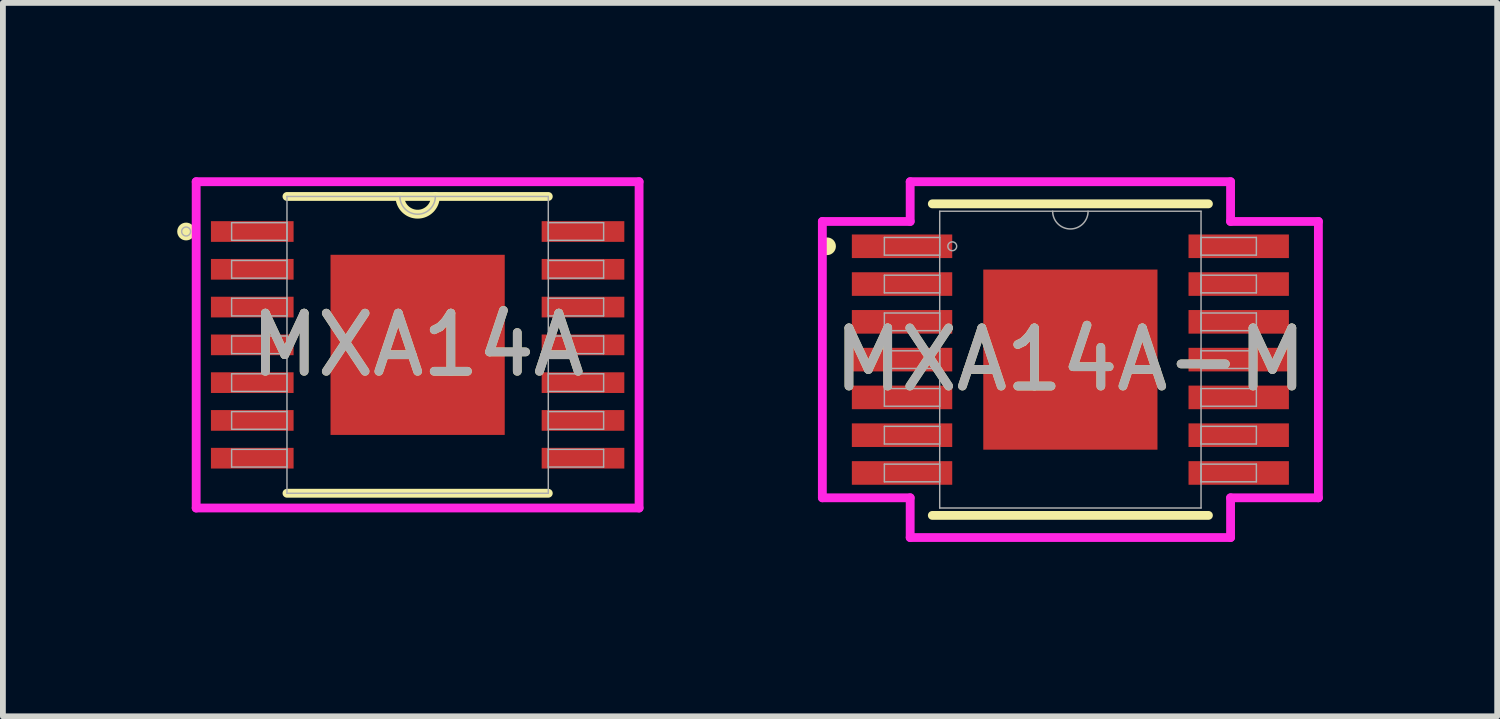
<source format=kicad_pcb>
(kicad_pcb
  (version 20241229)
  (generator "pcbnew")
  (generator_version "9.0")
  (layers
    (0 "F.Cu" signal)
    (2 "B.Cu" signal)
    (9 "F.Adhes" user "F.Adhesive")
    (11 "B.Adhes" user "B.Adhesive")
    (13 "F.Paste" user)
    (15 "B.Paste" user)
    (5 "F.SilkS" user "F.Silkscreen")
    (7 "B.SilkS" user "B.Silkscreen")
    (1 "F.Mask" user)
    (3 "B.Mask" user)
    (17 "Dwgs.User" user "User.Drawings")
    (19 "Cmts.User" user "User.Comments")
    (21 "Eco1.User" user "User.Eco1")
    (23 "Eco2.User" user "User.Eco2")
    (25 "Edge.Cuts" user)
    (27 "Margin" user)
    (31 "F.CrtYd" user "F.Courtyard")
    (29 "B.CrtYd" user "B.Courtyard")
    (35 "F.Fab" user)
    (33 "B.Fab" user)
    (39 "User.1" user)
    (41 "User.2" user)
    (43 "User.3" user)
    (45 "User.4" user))
  (footprint "MXA14A"
    (layer "F.Cu")
    (at 4.135 2.883)
    (property "Reference" "MXA14A" (at 0 0 0) (unlocked yes) (layer "F.SilkS") (effects (font (size 1 1) (thickness 0.15))))
    (attr smd)
    (fp_line (start -2.248 2.553) (end 2.248 2.553) (stroke (width 0.152) (type solid)) (layer "F.SilkS"))
    (fp_line (start 2.248 -2.553) (end -2.248 -2.553) (stroke (width 0.152) (type solid)) (layer "F.SilkS"))
    (fp_arc (start 0.3048 -2.5527) (mid 0 -2.2479) (end -0.3048 -2.5527) (stroke (width 0.1524) (type solid)) (layer "F.SilkS"))
    (fp_circle (center -3.983 -1.95) (end -3.906 -1.95) (stroke (width 0.152) (type solid)) (fill no) (layer "F.SilkS"))
    (fp_line (start -3.81 -2.807) (end 3.81 -2.807) (stroke (width 0.152) (type solid)) (layer "F.CrtYd"))
    (fp_line (start -3.81 2.807) (end -3.81 -2.807) (stroke (width 0.152) (type solid)) (layer "F.CrtYd"))
    (fp_line (start 3.81 -2.807) (end 3.81 2.807) (stroke (width 0.152) (type solid)) (layer "F.CrtYd"))
    (fp_line (start 3.81 2.807) (end -3.81 2.807) (stroke (width 0.152) (type solid)) (layer "F.CrtYd"))
    (fp_line (start -3.2 -2.102) (end -3.2 -1.798) (stroke (width 0.025) (type solid)) (layer "F.Fab"))
    (fp_line (start -3.2 -1.798) (end -2.248 -1.798) (stroke (width 0.025) (type solid)) (layer "F.Fab"))
    (fp_line (start -3.2 -1.452) (end -3.2 -1.148) (stroke (width 0.025) (type solid)) (layer "F.Fab"))
    (fp_line (start -3.2 -1.148) (end -2.248 -1.148) (stroke (width 0.025) (type solid)) (layer "F.Fab"))
    (fp_line (start -3.2 -0.802) (end -3.2 -0.498) (stroke (width 0.025) (type solid)) (layer "F.Fab"))
    (fp_line (start -3.2 -0.498) (end -2.248 -0.498) (stroke (width 0.025) (type solid)) (layer "F.Fab"))
    (fp_line (start -3.2 -0.152) (end -3.2 0.152) (stroke (width 0.025) (type solid)) (layer "F.Fab"))
    (fp_line (start -3.2 0.152) (end -2.248 0.152) (stroke (width 0.025) (type solid)) (layer "F.Fab"))
    (fp_line (start -3.2 0.498) (end -3.2 0.802) (stroke (width 0.025) (type solid)) (layer "F.Fab"))
    (fp_line (start -3.2 0.802) (end -2.248 0.802) (stroke (width 0.025) (type solid)) (layer "F.Fab"))
    (fp_line (start -3.2 1.148) (end -3.2 1.452) (stroke (width 0.025) (type solid)) (layer "F.Fab"))
    (fp_line (start -3.2 1.452) (end -2.248 1.452) (stroke (width 0.025) (type solid)) (layer "F.Fab"))
    (fp_line (start -3.2 1.798) (end -3.2 2.102) (stroke (width 0.025) (type solid)) (layer "F.Fab"))
    (fp_line (start -3.2 2.102) (end -2.248 2.102) (stroke (width 0.025) (type solid)) (layer "F.Fab"))
    (fp_line (start -2.248 -2.553) (end -2.248 2.553) (stroke (width 0.025) (type solid)) (layer "F.Fab"))
    (fp_line (start -2.248 -2.102) (end -3.2 -2.102) (stroke (width 0.025) (type solid)) (layer "F.Fab"))
    (fp_line (start -2.248 -1.798) (end -2.248 -2.102) (stroke (width 0.025) (type solid)) (layer "F.Fab"))
    (fp_line (start -2.248 -1.452) (end -3.2 -1.452) (stroke (width 0.025) (type solid)) (layer "F.Fab"))
    (fp_line (start -2.248 -1.148) (end -2.248 -1.452) (stroke (width 0.025) (type solid)) (layer "F.Fab"))
    (fp_line (start -2.248 -0.802) (end -3.2 -0.802) (stroke (width 0.025) (type solid)) (layer "F.Fab"))
    (fp_line (start -2.248 -0.498) (end -2.248 -0.802) (stroke (width 0.025) (type solid)) (layer "F.Fab"))
    (fp_line (start -2.248 -0.152) (end -3.2 -0.152) (stroke (width 0.025) (type solid)) (layer "F.Fab"))
    (fp_line (start -2.248 0.152) (end -2.248 -0.152) (stroke (width 0.025) (type solid)) (layer "F.Fab"))
    (fp_line (start -2.248 0.498) (end -3.2 0.498) (stroke (width 0.025) (type solid)) (layer "F.Fab"))
    (fp_line (start -2.248 0.802) (end -2.248 0.498) (stroke (width 0.025) (type solid)) (layer "F.Fab"))
    (fp_line (start -2.248 1.148) (end -3.2 1.148) (stroke (width 0.025) (type solid)) (layer "F.Fab"))
    (fp_line (start -2.248 1.452) (end -2.248 1.148) (stroke (width 0.025) (type solid)) (layer "F.Fab"))
    (fp_line (start -2.248 1.798) (end -3.2 1.798) (stroke (width 0.025) (type solid)) (layer "F.Fab"))
    (fp_line (start -2.248 2.102) (end -2.248 1.798) (stroke (width 0.025) (type solid)) (layer "F.Fab"))
    (fp_line (start -2.248 2.553) (end 2.248 2.553) (stroke (width 0.025) (type solid)) (layer "F.Fab"))
    (fp_line (start 2.248 -2.553) (end -2.248 -2.553) (stroke (width 0.025) (type solid)) (layer "F.Fab"))
    (fp_line (start 2.248 -2.102) (end 2.248 -1.798) (stroke (width 0.025) (type solid)) (layer "F.Fab"))
    (fp_line (start 2.248 -1.798) (end 3.2 -1.798) (stroke (width 0.025) (type solid)) (layer "F.Fab"))
    (fp_line (start 2.248 -1.452) (end 2.248 -1.148) (stroke (width 0.025) (type solid)) (layer "F.Fab"))
    (fp_line (start 2.248 -1.148) (end 3.2 -1.148) (stroke (width 0.025) (type solid)) (layer "F.Fab"))
    (fp_line (start 2.248 -0.802) (end 2.248 -0.498) (stroke (width 0.025) (type solid)) (layer "F.Fab"))
    (fp_line (start 2.248 -0.498) (end 3.2 -0.498) (stroke (width 0.025) (type solid)) (layer "F.Fab"))
    (fp_line (start 2.248 -0.152) (end 2.248 0.152) (stroke (width 0.025) (type solid)) (layer "F.Fab"))
    (fp_line (start 2.248 0.152) (end 3.2 0.152) (stroke (width 0.025) (type solid)) (layer "F.Fab"))
    (fp_line (start 2.248 0.498) (end 2.248 0.802) (stroke (width 0.025) (type solid)) (layer "F.Fab"))
    (fp_line (start 2.248 0.802) (end 3.2 0.802) (stroke (width 0.025) (type solid)) (layer "F.Fab"))
    (fp_line (start 2.248 1.148) (end 2.248 1.452) (stroke (width 0.025) (type solid)) (layer "F.Fab"))
    (fp_line (start 2.248 1.452) (end 3.2 1.452) (stroke (width 0.025) (type solid)) (layer "F.Fab"))
    (fp_line (start 2.248 1.798) (end 2.248 2.102) (stroke (width 0.025) (type solid)) (layer "F.Fab"))
    (fp_line (start 2.248 2.102) (end 3.2 2.102) (stroke (width 0.025) (type solid)) (layer "F.Fab"))
    (fp_line (start 2.248 2.553) (end 2.248 -2.553) (stroke (width 0.025) (type solid)) (layer "F.Fab"))
    (fp_line (start 3.2 -2.102) (end 2.248 -2.102) (stroke (width 0.025) (type solid)) (layer "F.Fab"))
    (fp_line (start 3.2 -1.798) (end 3.2 -2.102) (stroke (width 0.025) (type solid)) (layer "F.Fab"))
    (fp_line (start 3.2 -1.452) (end 2.248 -1.452) (stroke (width 0.025) (type solid)) (layer "F.Fab"))
    (fp_line (start 3.2 -1.148) (end 3.2 -1.452) (stroke (width 0.025) (type solid)) (layer "F.Fab"))
    (fp_line (start 3.2 -0.802) (end 2.248 -0.802) (stroke (width 0.025) (type solid)) (layer "F.Fab"))
    (fp_line (start 3.2 -0.498) (end 3.2 -0.802) (stroke (width 0.025) (type solid)) (layer "F.Fab"))
    (fp_line (start 3.2 -0.152) (end 2.248 -0.152) (stroke (width 0.025) (type solid)) (layer "F.Fab"))
    (fp_line (start 3.2 0.152) (end 3.2 -0.152) (stroke (width 0.025) (type solid)) (layer "F.Fab"))
    (fp_line (start 3.2 0.498) (end 2.248 0.498) (stroke (width 0.025) (type solid)) (layer "F.Fab"))
    (fp_line (start 3.2 0.802) (end 3.2 0.498) (stroke (width 0.025) (type solid)) (layer "F.Fab"))
    (fp_line (start 3.2 1.148) (end 2.248 1.148) (stroke (width 0.025) (type solid)) (layer "F.Fab"))
    (fp_line (start 3.2 1.452) (end 3.2 1.148) (stroke (width 0.025) (type solid)) (layer "F.Fab"))
    (fp_line (start 3.2 1.798) (end 2.248 1.798) (stroke (width 0.025) (type solid)) (layer "F.Fab"))
    (fp_line (start 3.2 2.102) (end 3.2 1.798) (stroke (width 0.025) (type solid)) (layer "F.Fab"))
    (fp_arc (start 0.3048 -2.5527) (mid 0 -2.2479) (end -0.3048 -2.5527) (stroke (width 0.0254) (type solid)) (layer "F.Fab"))
    (fp_circle (center -3.983 -1.95) (end -3.906 -1.95) (stroke (width 0.025) (type solid)) (fill no) (layer "F.Fab"))
    (fp_text user "${REFERENCE}" (at 0 0 0) (unlocked yes) (layer "F.Fab") (effects (font (size 1 1) (thickness 0.15))))
    (pad "1" smd rect (at -2.845 -1.95) (size 1.422 0.356) (layers "F.Cu" "F.Mask" "F.Paste"))
    (pad "2" smd rect (at -2.845 -1.3) (size 1.422 0.356) (layers "F.Cu" "F.Mask" "F.Paste"))
    (pad "3" smd rect (at -2.845 -0.65) (size 1.422 0.356) (layers "F.Cu" "F.Mask" "F.Paste"))
    (pad "4" smd rect (at -2.845 0) (size 1.422 0.356) (layers "F.Cu" "F.Mask" "F.Paste"))
    (pad "5" smd rect (at -2.845 0.65) (size 1.422 0.356) (layers "F.Cu" "F.Mask" "F.Paste"))
    (pad "6" smd rect (at -2.845 1.3) (size 1.422 0.356) (layers "F.Cu" "F.Mask" "F.Paste"))
    (pad "7" smd rect (at -2.845 1.95) (size 1.422 0.356) (layers "F.Cu" "F.Mask" "F.Paste"))
    (pad "8" smd rect (at 2.845 1.95) (size 1.422 0.356) (layers "F.Cu" "F.Mask" "F.Paste"))
    (pad "9" smd rect (at 2.845 1.3) (size 1.422 0.356) (layers "F.Cu" "F.Mask" "F.Paste"))
    (pad "10" smd rect (at 2.845 0.65) (size 1.422 0.356) (layers "F.Cu" "F.Mask" "F.Paste"))
    (pad "11" smd rect (at 2.845 0) (size 1.422 0.356) (layers "F.Cu" "F.Mask" "F.Paste"))
    (pad "12" smd rect (at 2.845 -0.65) (size 1.422 0.356) (layers "F.Cu" "F.Mask" "F.Paste"))
    (pad "13" smd rect (at 2.845 -1.3) (size 1.422 0.356) (layers "F.Cu" "F.Mask" "F.Paste"))
    (pad "14" smd rect (at 2.845 -1.95) (size 1.422 0.356) (layers "F.Cu" "F.Mask" "F.Paste"))
    (pad "15" smd rect (at 0 0) (size 2.997 3.099) (layers "F.Cu" "F.Mask" "F.Paste")))
  (footprint "MXA14A-M"
    (layer "F.Cu")
    (at 15.365 3.137)
    (property "Reference" "MXA14A-M" (at 0 0 0) (unlocked yes) (layer "F.SilkS") (effects (font (size 1 1) (thickness 0.15))))
    (attr smd)
    (fp_line (start -2.375 2.68) (end 2.375 2.68) (stroke (width 0.152) (type solid)) (layer "F.SilkS"))
    (fp_line (start 2.375 -2.68) (end -2.375 -2.68) (stroke (width 0.152) (type solid)) (layer "F.SilkS"))
    (fp_circle (center -4.186 -1.95) (end -4.11 -1.95) (stroke (width 0.152) (type solid)) (fill no) (layer "F.SilkS"))
    (fp_line (start -4.267 -2.377) (end -2.756 -2.377) (stroke (width 0.152) (type solid)) (layer "F.CrtYd"))
    (fp_line (start -4.267 2.377) (end -4.267 -2.377) (stroke (width 0.152) (type solid)) (layer "F.CrtYd"))
    (fp_line (start -4.267 2.377) (end -2.756 2.377) (stroke (width 0.152) (type solid)) (layer "F.CrtYd"))
    (fp_line (start -2.756 -3.061) (end 2.756 -3.061) (stroke (width 0.152) (type solid)) (layer "F.CrtYd"))
    (fp_line (start -2.756 -2.377) (end -2.756 -3.061) (stroke (width 0.152) (type solid)) (layer "F.CrtYd"))
    (fp_line (start -2.756 3.061) (end -2.756 2.377) (stroke (width 0.152) (type solid)) (layer "F.CrtYd"))
    (fp_line (start 2.756 -3.061) (end 2.756 -2.377) (stroke (width 0.152) (type solid)) (layer "F.CrtYd"))
    (fp_line (start 2.756 2.377) (end 2.756 3.061) (stroke (width 0.152) (type solid)) (layer "F.CrtYd"))
    (fp_line (start 2.756 3.061) (end -2.756 3.061) (stroke (width 0.152) (type solid)) (layer "F.CrtYd"))
    (fp_line (start 4.267 -2.377) (end 2.756 -2.377) (stroke (width 0.152) (type solid)) (layer "F.CrtYd"))
    (fp_line (start 4.267 -2.377) (end 4.267 2.377) (stroke (width 0.152) (type solid)) (layer "F.CrtYd"))
    (fp_line (start 4.267 2.377) (end 2.756 2.377) (stroke (width 0.152) (type solid)) (layer "F.CrtYd"))
    (fp_line (start -3.2 -2.102) (end -3.2 -1.798) (stroke (width 0.025) (type solid)) (layer "F.Fab"))
    (fp_line (start -3.2 -1.798) (end -2.248 -1.798) (stroke (width 0.025) (type solid)) (layer "F.Fab"))
    (fp_line (start -3.2 -1.452) (end -3.2 -1.148) (stroke (width 0.025) (type solid)) (layer "F.Fab"))
    (fp_line (start -3.2 -1.148) (end -2.248 -1.148) (stroke (width 0.025) (type solid)) (layer "F.Fab"))
    (fp_line (start -3.2 -0.802) (end -3.2 -0.498) (stroke (width 0.025) (type solid)) (layer "F.Fab"))
    (fp_line (start -3.2 -0.498) (end -2.248 -0.498) (stroke (width 0.025) (type solid)) (layer "F.Fab"))
    (fp_line (start -3.2 -0.152) (end -3.2 0.152) (stroke (width 0.025) (type solid)) (layer "F.Fab"))
    (fp_line (start -3.2 0.152) (end -2.248 0.152) (stroke (width 0.025) (type solid)) (layer "F.Fab"))
    (fp_line (start -3.2 0.498) (end -3.2 0.802) (stroke (width 0.025) (type solid)) (layer "F.Fab"))
    (fp_line (start -3.2 0.802) (end -2.248 0.802) (stroke (width 0.025) (type solid)) (layer "F.Fab"))
    (fp_line (start -3.2 1.148) (end -3.2 1.452) (stroke (width 0.025) (type solid)) (layer "F.Fab"))
    (fp_line (start -3.2 1.452) (end -2.248 1.452) (stroke (width 0.025) (type solid)) (layer "F.Fab"))
    (fp_line (start -3.2 1.798) (end -3.2 2.102) (stroke (width 0.025) (type solid)) (layer "F.Fab"))
    (fp_line (start -3.2 2.102) (end -2.248 2.102) (stroke (width 0.025) (type solid)) (layer "F.Fab"))
    (fp_line (start -2.248 -2.553) (end -2.248 2.553) (stroke (width 0.025) (type solid)) (layer "F.Fab"))
    (fp_line (start -2.248 -2.102) (end -3.2 -2.102) (stroke (width 0.025) (type solid)) (layer "F.Fab"))
    (fp_line (start -2.248 -1.798) (end -2.248 -2.102) (stroke (width 0.025) (type solid)) (layer "F.Fab"))
    (fp_line (start -2.248 -1.452) (end -3.2 -1.452) (stroke (width 0.025) (type solid)) (layer "F.Fab"))
    (fp_line (start -2.248 -1.148) (end -2.248 -1.452) (stroke (width 0.025) (type solid)) (layer "F.Fab"))
    (fp_line (start -2.248 -0.802) (end -3.2 -0.802) (stroke (width 0.025) (type solid)) (layer "F.Fab"))
    (fp_line (start -2.248 -0.498) (end -2.248 -0.802) (stroke (width 0.025) (type solid)) (layer "F.Fab"))
    (fp_line (start -2.248 -0.152) (end -3.2 -0.152) (stroke (width 0.025) (type solid)) (layer "F.Fab"))
    (fp_line (start -2.248 0.152) (end -2.248 -0.152) (stroke (width 0.025) (type solid)) (layer "F.Fab"))
    (fp_line (start -2.248 0.498) (end -3.2 0.498) (stroke (width 0.025) (type solid)) (layer "F.Fab"))
    (fp_line (start -2.248 0.802) (end -2.248 0.498) (stroke (width 0.025) (type solid)) (layer "F.Fab"))
    (fp_line (start -2.248 1.148) (end -3.2 1.148) (stroke (width 0.025) (type solid)) (layer "F.Fab"))
    (fp_line (start -2.248 1.452) (end -2.248 1.148) (stroke (width 0.025) (type solid)) (layer "F.Fab"))
    (fp_line (start -2.248 1.798) (end -3.2 1.798) (stroke (width 0.025) (type solid)) (layer "F.Fab"))
    (fp_line (start -2.248 2.102) (end -2.248 1.798) (stroke (width 0.025) (type solid)) (layer "F.Fab"))
    (fp_line (start -2.248 2.553) (end 2.248 2.553) (stroke (width 0.025) (type solid)) (layer "F.Fab"))
    (fp_line (start 2.248 -2.553) (end -2.248 -2.553) (stroke (width 0.025) (type solid)) (layer "F.Fab"))
    (fp_line (start 2.248 -2.102) (end 2.248 -1.798) (stroke (width 0.025) (type solid)) (layer "F.Fab"))
    (fp_line (start 2.248 -1.798) (end 3.2 -1.798) (stroke (width 0.025) (type solid)) (layer "F.Fab"))
    (fp_line (start 2.248 -1.452) (end 2.248 -1.148) (stroke (width 0.025) (type solid)) (layer "F.Fab"))
    (fp_line (start 2.248 -1.148) (end 3.2 -1.148) (stroke (width 0.025) (type solid)) (layer "F.Fab"))
    (fp_line (start 2.248 -0.802) (end 2.248 -0.498) (stroke (width 0.025) (type solid)) (layer "F.Fab"))
    (fp_line (start 2.248 -0.498) (end 3.2 -0.498) (stroke (width 0.025) (type solid)) (layer "F.Fab"))
    (fp_line (start 2.248 -0.152) (end 2.248 0.152) (stroke (width 0.025) (type solid)) (layer "F.Fab"))
    (fp_line (start 2.248 0.152) (end 3.2 0.152) (stroke (width 0.025) (type solid)) (layer "F.Fab"))
    (fp_line (start 2.248 0.498) (end 2.248 0.802) (stroke (width 0.025) (type solid)) (layer "F.Fab"))
    (fp_line (start 2.248 0.802) (end 3.2 0.802) (stroke (width 0.025) (type solid)) (layer "F.Fab"))
    (fp_line (start 2.248 1.148) (end 2.248 1.452) (stroke (width 0.025) (type solid)) (layer "F.Fab"))
    (fp_line (start 2.248 1.452) (end 3.2 1.452) (stroke (width 0.025) (type solid)) (layer "F.Fab"))
    (fp_line (start 2.248 1.798) (end 2.248 2.102) (stroke (width 0.025) (type solid)) (layer "F.Fab"))
    (fp_line (start 2.248 2.102) (end 3.2 2.102) (stroke (width 0.025) (type solid)) (layer "F.Fab"))
    (fp_line (start 2.248 2.553) (end 2.248 -2.553) (stroke (width 0.025) (type solid)) (layer "F.Fab"))
    (fp_line (start 3.2 -2.102) (end 2.248 -2.102) (stroke (width 0.025) (type solid)) (layer "F.Fab"))
    (fp_line (start 3.2 -1.798) (end 3.2 -2.102) (stroke (width 0.025) (type solid)) (layer "F.Fab"))
    (fp_line (start 3.2 -1.452) (end 2.248 -1.452) (stroke (width 0.025) (type solid)) (layer "F.Fab"))
    (fp_line (start 3.2 -1.148) (end 3.2 -1.452) (stroke (width 0.025) (type solid)) (layer "F.Fab"))
    (fp_line (start 3.2 -0.802) (end 2.248 -0.802) (stroke (width 0.025) (type solid)) (layer "F.Fab"))
    (fp_line (start 3.2 -0.498) (end 3.2 -0.802) (stroke (width 0.025) (type solid)) (layer "F.Fab"))
    (fp_line (start 3.2 -0.152) (end 2.248 -0.152) (stroke (width 0.025) (type solid)) (layer "F.Fab"))
    (fp_line (start 3.2 0.152) (end 3.2 -0.152) (stroke (width 0.025) (type solid)) (layer "F.Fab"))
    (fp_line (start 3.2 0.498) (end 2.248 0.498) (stroke (width 0.025) (type solid)) (layer "F.Fab"))
    (fp_line (start 3.2 0.802) (end 3.2 0.498) (stroke (width 0.025) (type solid)) (layer "F.Fab"))
    (fp_line (start 3.2 1.148) (end 2.248 1.148) (stroke (width 0.025) (type solid)) (layer "F.Fab"))
    (fp_line (start 3.2 1.452) (end 3.2 1.148) (stroke (width 0.025) (type solid)) (layer "F.Fab"))
    (fp_line (start 3.2 1.798) (end 2.248 1.798) (stroke (width 0.025) (type solid)) (layer "F.Fab"))
    (fp_line (start 3.2 2.102) (end 3.2 1.798) (stroke (width 0.025) (type solid)) (layer "F.Fab"))
    (fp_arc (start 0.3048 -2.5527) (mid 0 -2.2479) (end -0.3048 -2.5527) (stroke (width 0.0254) (type solid)) (layer "F.Fab"))
    (fp_circle (center -2.032 -1.95) (end -1.956 -1.95) (stroke (width 0.025) (type solid)) (fill no) (layer "F.Fab"))
    (fp_text user "${REFERENCE}" (at 0 0 0) (unlocked yes) (layer "F.Fab") (effects (font (size 1 1) (thickness 0.15))))
    (pad "1" smd rect (at -2.896 -1.95) (size 1.727 0.406) (layers "F.Cu" "F.Mask" "F.Paste"))
    (pad "2" smd rect (at -2.896 -1.3) (size 1.727 0.406) (layers "F.Cu" "F.Mask" "F.Paste"))
    (pad "3" smd rect (at -2.896 -0.65) (size 1.727 0.406) (layers "F.Cu" "F.Mask" "F.Paste"))
    (pad "4" smd rect (at -2.896 0) (size 1.727 0.406) (layers "F.Cu" "F.Mask" "F.Paste"))
    (pad "5" smd rect (at -2.896 0.65) (size 1.727 0.406) (layers "F.Cu" "F.Mask" "F.Paste"))
    (pad "6" smd rect (at -2.896 1.3) (size 1.727 0.406) (layers "F.Cu" "F.Mask" "F.Paste"))
    (pad "7" smd rect (at -2.896 1.95) (size 1.727 0.406) (layers "F.Cu" "F.Mask" "F.Paste"))
    (pad "8" smd rect (at 2.896 1.95) (size 1.727 0.406) (layers "F.Cu" "F.Mask" "F.Paste"))
    (pad "9" smd rect (at 2.896 1.3) (size 1.727 0.406) (layers "F.Cu" "F.Mask" "F.Paste"))
    (pad "10" smd rect (at 2.896 0.65) (size 1.727 0.406) (layers "F.Cu" "F.Mask" "F.Paste"))
    (pad "11" smd rect (at 2.896 0) (size 1.727 0.406) (layers "F.Cu" "F.Mask" "F.Paste"))
    (pad "12" smd rect (at 2.896 -0.65) (size 1.727 0.406) (layers "F.Cu" "F.Mask" "F.Paste"))
    (pad "13" smd rect (at 2.896 -1.3) (size 1.727 0.406) (layers "F.Cu" "F.Mask" "F.Paste"))
    (pad "14" smd rect (at 2.896 -1.95) (size 1.727 0.406) (layers "F.Cu" "F.Mask" "F.Paste"))
    (pad "15" smd rect (at 0 0) (size 2.997 3.099) (layers "F.Cu" "F.Mask" "F.Paste")))
  (gr_rect
    (start -3 -3)
    (end 22.708 9.274)
    (stroke (width 0.1) (type default))
    (fill no)
    (layer "Edge.Cuts")))
</source>
